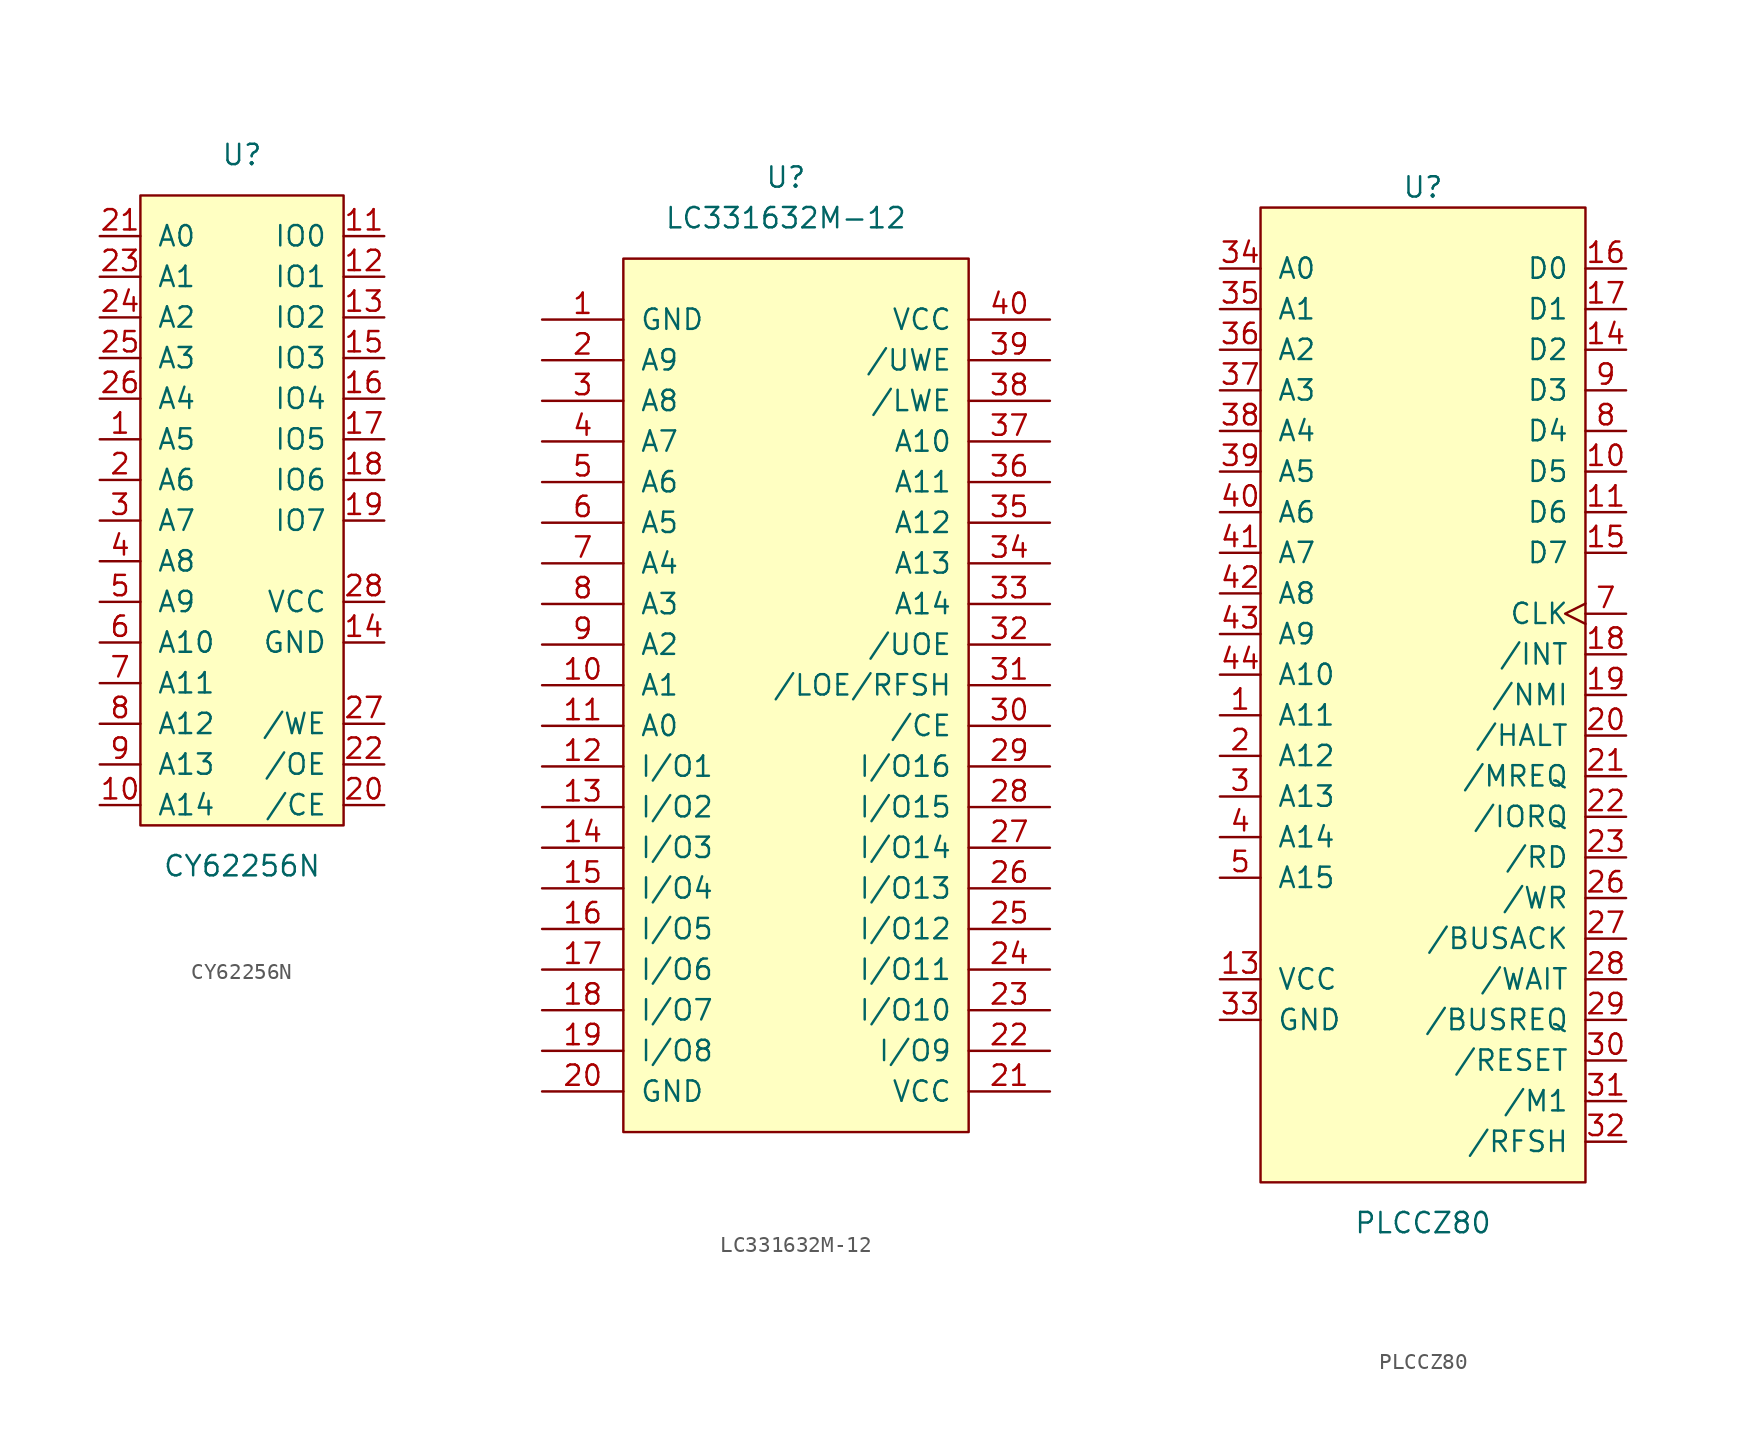
<source format=kicad_sym>
(kicad_symbol_lib
  (version 20211014)
  (generator kicad_symbol_editor)
  (symbol "CY62256N"
    (pin_names
      (offset 1.016))
    (property "Reference" "U"
      (at 0 3.81 0)
      (effects (font (size 1.27 1.27))))
    (property "Value" "CY62256N"
      (at 0 -40.64 0)
      (effects (font (size 1.27 1.27))))
    (symbol "CY62256N_0_1"
      (rectangle (start 6.35 -38.1) (end -6.35 1.27) (stroke (width 0) (type default) (color 0 0 0 0)) (fill (type background))))
    (symbol "CY62256N_1_1"
      (pin input line (at -8.89 -13.97 0) (length 2.54) (name "A5" (effects (font (size 1.27 1.27)))) (number "1" (effects (font (size 1.27 1.27)))))
      (pin input line (at -8.89 -36.83 0) (length 2.54) (name "A14" (effects (font (size 1.27 1.27)))) (number "10" (effects (font (size 1.27 1.27)))))
      (pin input line (at 8.89 -1.27 180) (length 2.54) (name "IO0" (effects (font (size 1.27 1.27)))) (number "11" (effects (font (size 1.27 1.27)))))
      (pin input line (at 8.89 -3.81 180) (length 2.54) (name "IO1" (effects (font (size 1.27 1.27)))) (number "12" (effects (font (size 1.27 1.27)))))
      (pin input line (at 8.89 -6.35 180) (length 2.54) (name "IO2" (effects (font (size 1.27 1.27)))) (number "13" (effects (font (size 1.27 1.27)))))
      (pin power_in line (at 8.89 -26.67 180) (length 2.54) (name "GND" (effects (font (size 1.27 1.27)))) (number "14" (effects (font (size 1.27 1.27)))))
      (pin input line (at 8.89 -8.89 180) (length 2.54) (name "IO3" (effects (font (size 1.27 1.27)))) (number "15" (effects (font (size 1.27 1.27)))))
      (pin input line (at 8.89 -11.43 180) (length 2.54) (name "IO4" (effects (font (size 1.27 1.27)))) (number "16" (effects (font (size 1.27 1.27)))))
      (pin input line (at 8.89 -13.97 180) (length 2.54) (name "IO5" (effects (font (size 1.27 1.27)))) (number "17" (effects (font (size 1.27 1.27)))))
      (pin input line (at 8.89 -16.51 180) (length 2.54) (name "IO6" (effects (font (size 1.27 1.27)))) (number "18" (effects (font (size 1.27 1.27)))))
      (pin input line (at 8.89 -19.05 180) (length 2.54) (name "IO7" (effects (font (size 1.27 1.27)))) (number "19" (effects (font (size 1.27 1.27)))))
      (pin input line (at -8.89 -16.51 0) (length 2.54) (name "A6" (effects (font (size 1.27 1.27)))) (number "2" (effects (font (size 1.27 1.27)))))
      (pin input line (at 8.89 -36.83 180) (length 2.54) (name "/CE" (effects (font (size 1.27 1.27)))) (number "20" (effects (font (size 1.27 1.27)))))
      (pin input line (at -8.89 -1.27 0) (length 2.54) (name "A0" (effects (font (size 1.27 1.27)))) (number "21" (effects (font (size 1.27 1.27)))))
      (pin input line (at 8.89 -34.29 180) (length 2.54) (name "/OE" (effects (font (size 1.27 1.27)))) (number "22" (effects (font (size 1.27 1.27)))))
      (pin input line (at -8.89 -3.81 0) (length 2.54) (name "A1" (effects (font (size 1.27 1.27)))) (number "23" (effects (font (size 1.27 1.27)))))
      (pin input line (at -8.89 -6.35 0) (length 2.54) (name "A2" (effects (font (size 1.27 1.27)))) (number "24" (effects (font (size 1.27 1.27)))))
      (pin input line (at -8.89 -8.89 0) (length 2.54) (name "A3" (effects (font (size 1.27 1.27)))) (number "25" (effects (font (size 1.27 1.27)))))
      (pin input line (at -8.89 -11.43 0) (length 2.54) (name "A4" (effects (font (size 1.27 1.27)))) (number "26" (effects (font (size 1.27 1.27)))))
      (pin input line (at 8.89 -31.75 180) (length 2.54) (name "/WE" (effects (font (size 1.27 1.27)))) (number "27" (effects (font (size 1.27 1.27)))))
      (pin power_in line (at 8.89 -24.13 180) (length 2.54) (name "VCC" (effects (font (size 1.27 1.27)))) (number "28" (effects (font (size 1.27 1.27)))))
      (pin input line (at -8.89 -19.05 0) (length 2.54) (name "A7" (effects (font (size 1.27 1.27)))) (number "3" (effects (font (size 1.27 1.27)))))
      (pin input line (at -8.89 -21.59 0) (length 2.54) (name "A8" (effects (font (size 1.27 1.27)))) (number "4" (effects (font (size 1.27 1.27)))))
      (pin input line (at -8.89 -24.13 0) (length 2.54) (name "A9" (effects (font (size 1.27 1.27)))) (number "5" (effects (font (size 1.27 1.27)))))
      (pin input line (at -8.89 -26.67 0) (length 2.54) (name "A10" (effects (font (size 1.27 1.27)))) (number "6" (effects (font (size 1.27 1.27)))))
      (pin input line (at -8.89 -29.21 0) (length 2.54) (name "A11" (effects (font (size 1.27 1.27)))) (number "7" (effects (font (size 1.27 1.27)))))
      (pin input line (at -8.89 -31.75 0) (length 2.54) (name "A12" (effects (font (size 1.27 1.27)))) (number "8" (effects (font (size 1.27 1.27)))))
      (pin input line (at -8.89 -34.29 0) (length 2.54) (name "A13" (effects (font (size 1.27 1.27)))) (number "9" (effects (font (size 1.27 1.27)))))))
  (symbol "LC331632M-12"
    (pin_names
      (offset 1.016))
    (property "Reference" "U"
      (at 0 33.02 0)
      (effects (font (size 1.27 1.27))))
    (property "Value" "LC331632M-12"
      (at 0 30.48 0)
      (effects (font (size 1.27 1.27))))
    (symbol "LC331632M-12_0_1"
      (rectangle (start -10.16 27.94) (end 11.43 -26.67) (stroke (width 0) (type default) (color 0 0 0 0)) (fill (type background))))
    (symbol "LC331632M-12_1_1"
      (pin power_in line (at -15.24 24.13 0) (length 5.08) (name "GND" (effects (font (size 1.27 1.27)))) (number "1" (effects (font (size 1.27 1.27)))))
      (pin input line (at -15.24 1.27 0) (length 5.08) (name "A1" (effects (font (size 1.27 1.27)))) (number "10" (effects (font (size 1.27 1.27)))))
      (pin input line (at -15.24 -1.27 0) (length 5.08) (name "A0" (effects (font (size 1.27 1.27)))) (number "11" (effects (font (size 1.27 1.27)))))
      (pin bidirectional line (at -15.24 -3.81 0) (length 5.08) (name "I/O1" (effects (font (size 1.27 1.27)))) (number "12" (effects (font (size 1.27 1.27)))))
      (pin bidirectional line (at -15.24 -6.35 0) (length 5.08) (name "I/O2" (effects (font (size 1.27 1.27)))) (number "13" (effects (font (size 1.27 1.27)))))
      (pin bidirectional line (at -15.24 -8.89 0) (length 5.08) (name "I/O3" (effects (font (size 1.27 1.27)))) (number "14" (effects (font (size 1.27 1.27)))))
      (pin bidirectional line (at -15.24 -11.43 0) (length 5.08) (name "I/O4" (effects (font (size 1.27 1.27)))) (number "15" (effects (font (size 1.27 1.27)))))
      (pin bidirectional line (at -15.24 -13.97 0) (length 5.08) (name "I/O5" (effects (font (size 1.27 1.27)))) (number "16" (effects (font (size 1.27 1.27)))))
      (pin bidirectional line (at -15.24 -16.51 0) (length 5.08) (name "I/O6" (effects (font (size 1.27 1.27)))) (number "17" (effects (font (size 1.27 1.27)))))
      (pin bidirectional line (at -15.24 -19.05 0) (length 5.08) (name "I/O7" (effects (font (size 1.27 1.27)))) (number "18" (effects (font (size 1.27 1.27)))))
      (pin bidirectional line (at -15.24 -21.59 0) (length 5.08) (name "I/O8" (effects (font (size 1.27 1.27)))) (number "19" (effects (font (size 1.27 1.27)))))
      (pin input line (at -15.24 21.59 0) (length 5.08) (name "A9" (effects (font (size 1.27 1.27)))) (number "2" (effects (font (size 1.27 1.27)))))
      (pin power_in line (at -15.24 -24.13 0) (length 5.08) (name "GND" (effects (font (size 1.27 1.27)))) (number "20" (effects (font (size 1.27 1.27)))))
      (pin power_in line (at 16.51 -24.13 180) (length 5.08) (name "VCC" (effects (font (size 1.27 1.27)))) (number "21" (effects (font (size 1.27 1.27)))))
      (pin bidirectional line (at 16.51 -21.59 180) (length 5.08) (name "I/O9" (effects (font (size 1.27 1.27)))) (number "22" (effects (font (size 1.27 1.27)))))
      (pin bidirectional line (at 16.51 -19.05 180) (length 5.08) (name "I/O10" (effects (font (size 1.27 1.27)))) (number "23" (effects (font (size 1.27 1.27)))))
      (pin bidirectional line (at 16.51 -16.51 180) (length 5.08) (name "I/O11" (effects (font (size 1.27 1.27)))) (number "24" (effects (font (size 1.27 1.27)))))
      (pin bidirectional line (at 16.51 -13.97 180) (length 5.08) (name "I/O12" (effects (font (size 1.27 1.27)))) (number "25" (effects (font (size 1.27 1.27)))))
      (pin bidirectional line (at 16.51 -11.43 180) (length 5.08) (name "I/O13" (effects (font (size 1.27 1.27)))) (number "26" (effects (font (size 1.27 1.27)))))
      (pin bidirectional line (at 16.51 -8.89 180) (length 5.08) (name "I/O14" (effects (font (size 1.27 1.27)))) (number "27" (effects (font (size 1.27 1.27)))))
      (pin bidirectional line (at 16.51 -6.35 180) (length 5.08) (name "I/O15" (effects (font (size 1.27 1.27)))) (number "28" (effects (font (size 1.27 1.27)))))
      (pin bidirectional line (at 16.51 -3.81 180) (length 5.08) (name "I/O16" (effects (font (size 1.27 1.27)))) (number "29" (effects (font (size 1.27 1.27)))))
      (pin input line (at -15.24 19.05 0) (length 5.08) (name "A8" (effects (font (size 1.27 1.27)))) (number "3" (effects (font (size 1.27 1.27)))))
      (pin input line (at 16.51 -1.27 180) (length 5.08) (name "/CE" (effects (font (size 1.27 1.27)))) (number "30" (effects (font (size 1.27 1.27)))))
      (pin input line (at 16.51 1.27 180) (length 5.08) (name "/LOE/RFSH" (effects (font (size 1.27 1.27)))) (number "31" (effects (font (size 1.27 1.27)))))
      (pin input line (at 16.51 3.81 180) (length 5.08) (name "/UOE" (effects (font (size 1.27 1.27)))) (number "32" (effects (font (size 1.27 1.27)))))
      (pin input line (at 16.51 6.35 180) (length 5.08) (name "A14" (effects (font (size 1.27 1.27)))) (number "33" (effects (font (size 1.27 1.27)))))
      (pin input line (at 16.51 8.89 180) (length 5.08) (name "A13" (effects (font (size 1.27 1.27)))) (number "34" (effects (font (size 1.27 1.27)))))
      (pin input line (at 16.51 11.43 180) (length 5.08) (name "A12" (effects (font (size 1.27 1.27)))) (number "35" (effects (font (size 1.27 1.27)))))
      (pin input line (at 16.51 13.97 180) (length 5.08) (name "A11" (effects (font (size 1.27 1.27)))) (number "36" (effects (font (size 1.27 1.27)))))
      (pin input line (at 16.51 16.51 180) (length 5.08) (name "A10" (effects (font (size 1.27 1.27)))) (number "37" (effects (font (size 1.27 1.27)))))
      (pin input line (at 16.51 19.05 180) (length 5.08) (name "/LWE" (effects (font (size 1.27 1.27)))) (number "38" (effects (font (size 1.27 1.27)))))
      (pin input line (at 16.51 21.59 180) (length 5.08) (name "/UWE" (effects (font (size 1.27 1.27)))) (number "39" (effects (font (size 1.27 1.27)))))
      (pin input line (at -15.24 16.51 0) (length 5.08) (name "A7" (effects (font (size 1.27 1.27)))) (number "4" (effects (font (size 1.27 1.27)))))
      (pin power_in line (at 16.51 24.13 180) (length 5.08) (name "VCC" (effects (font (size 1.27 1.27)))) (number "40" (effects (font (size 1.27 1.27)))))
      (pin input line (at -15.24 13.97 0) (length 5.08) (name "A6" (effects (font (size 1.27 1.27)))) (number "5" (effects (font (size 1.27 1.27)))))
      (pin input line (at -15.24 11.43 0) (length 5.08) (name "A5" (effects (font (size 1.27 1.27)))) (number "6" (effects (font (size 1.27 1.27)))))
      (pin input line (at -15.24 8.89 0) (length 5.08) (name "A4" (effects (font (size 1.27 1.27)))) (number "7" (effects (font (size 1.27 1.27)))))
      (pin input line (at -15.24 6.35 0) (length 5.08) (name "A3" (effects (font (size 1.27 1.27)))) (number "8" (effects (font (size 1.27 1.27)))))
      (pin input line (at -15.24 3.81 0) (length 5.08) (name "A2" (effects (font (size 1.27 1.27)))) (number "9" (effects (font (size 1.27 1.27)))))))
  (symbol "PLCCZ80"
    (pin_names
      (offset 1.016))
    (property "Reference" "U"
      (at 0 0 0)
      (effects (font (size 1.27 1.27))))
    (property "Value" "PLCCZ80"
      (at 0 -64.77 0)
      (effects (font (size 1.27 1.27))))
    (symbol "PLCCZ80_0_1"
      (rectangle (start -10.16 -1.27) (end 10.16 -62.23) (stroke (width 0) (type default) (color 0 0 0 0)) (fill (type background))))
    (symbol "PLCCZ80_1_1"
      (pin output line (at -12.7 -33.02 0) (length 2.54) (name "A11" (effects (font (size 1.27 1.27)))) (number "1" (effects (font (size 1.27 1.27)))))
      (pin bidirectional line (at 12.7 -17.78 180) (length 2.54) (name "D5" (effects (font (size 1.27 1.27)))) (number "10" (effects (font (size 1.27 1.27)))))
      (pin bidirectional line (at 12.7 -20.32 180) (length 2.54) (name "D6" (effects (font (size 1.27 1.27)))) (number "11" (effects (font (size 1.27 1.27)))))
      (pin power_in line (at -12.7 -49.53 0) (length 2.54) (name "VCC" (effects (font (size 1.27 1.27)))) (number "13" (effects (font (size 1.27 1.27)))))
      (pin bidirectional line (at 12.7 -10.16 180) (length 2.54) (name "D2" (effects (font (size 1.27 1.27)))) (number "14" (effects (font (size 1.27 1.27)))))
      (pin bidirectional line (at 12.7 -22.86 180) (length 2.54) (name "D7" (effects (font (size 1.27 1.27)))) (number "15" (effects (font (size 1.27 1.27)))))
      (pin bidirectional line (at 12.7 -5.08 180) (length 2.54) (name "D0" (effects (font (size 1.27 1.27)))) (number "16" (effects (font (size 1.27 1.27)))))
      (pin bidirectional line (at 12.7 -7.62 180) (length 2.54) (name "D1" (effects (font (size 1.27 1.27)))) (number "17" (effects (font (size 1.27 1.27)))))
      (pin input line (at 12.7 -29.21 180) (length 2.54) (name "/INT" (effects (font (size 1.27 1.27)))) (number "18" (effects (font (size 1.27 1.27)))))
      (pin input line (at 12.7 -31.75 180) (length 2.54) (name "/NMI" (effects (font (size 1.27 1.27)))) (number "19" (effects (font (size 1.27 1.27)))))
      (pin output line (at -12.7 -35.56 0) (length 2.54) (name "A12" (effects (font (size 1.27 1.27)))) (number "2" (effects (font (size 1.27 1.27)))))
      (pin output line (at 12.7 -34.29 180) (length 2.54) (name "/HALT" (effects (font (size 1.27 1.27)))) (number "20" (effects (font (size 1.27 1.27)))))
      (pin output line (at 12.7 -36.83 180) (length 2.54) (name "/MREQ" (effects (font (size 1.27 1.27)))) (number "21" (effects (font (size 1.27 1.27)))))
      (pin output line (at 12.7 -39.37 180) (length 2.54) (name "/IORQ" (effects (font (size 1.27 1.27)))) (number "22" (effects (font (size 1.27 1.27)))))
      (pin output line (at 12.7 -41.91 180) (length 2.54) (name "/RD" (effects (font (size 1.27 1.27)))) (number "23" (effects (font (size 1.27 1.27)))))
      (pin output line (at 12.7 -44.45 180) (length 2.54) (name "/WR" (effects (font (size 1.27 1.27)))) (number "26" (effects (font (size 1.27 1.27)))))
      (pin output line (at 12.7 -46.99 180) (length 2.54) (name "/BUSACK" (effects (font (size 1.27 1.27)))) (number "27" (effects (font (size 1.27 1.27)))))
      (pin input line (at 12.7 -49.53 180) (length 2.54) (name "/WAIT" (effects (font (size 1.27 1.27)))) (number "28" (effects (font (size 1.27 1.27)))))
      (pin input line (at 12.7 -52.07 180) (length 2.54) (name "/BUSREQ" (effects (font (size 1.27 1.27)))) (number "29" (effects (font (size 1.27 1.27)))))
      (pin output line (at -12.7 -38.1 0) (length 2.54) (name "A13" (effects (font (size 1.27 1.27)))) (number "3" (effects (font (size 1.27 1.27)))))
      (pin input line (at 12.7 -54.61 180) (length 2.54) (name "/RESET" (effects (font (size 1.27 1.27)))) (number "30" (effects (font (size 1.27 1.27)))))
      (pin output line (at 12.7 -57.15 180) (length 2.54) (name "/M1" (effects (font (size 1.27 1.27)))) (number "31" (effects (font (size 1.27 1.27)))))
      (pin output line (at 12.7 -59.69 180) (length 2.54) (name "/RFSH" (effects (font (size 1.27 1.27)))) (number "32" (effects (font (size 1.27 1.27)))))
      (pin power_in line (at -12.7 -52.07 0) (length 2.54) (name "GND" (effects (font (size 1.27 1.27)))) (number "33" (effects (font (size 1.27 1.27)))))
      (pin output line (at -12.7 -5.08 0) (length 2.54) (name "A0" (effects (font (size 1.27 1.27)))) (number "34" (effects (font (size 1.27 1.27)))))
      (pin output line (at -12.7 -7.62 0) (length 2.54) (name "A1" (effects (font (size 1.27 1.27)))) (number "35" (effects (font (size 1.27 1.27)))))
      (pin output line (at -12.7 -10.16 0) (length 2.54) (name "A2" (effects (font (size 1.27 1.27)))) (number "36" (effects (font (size 1.27 1.27)))))
      (pin output line (at -12.7 -12.7 0) (length 2.54) (name "A3" (effects (font (size 1.27 1.27)))) (number "37" (effects (font (size 1.27 1.27)))))
      (pin output line (at -12.7 -15.24 0) (length 2.54) (name "A4" (effects (font (size 1.27 1.27)))) (number "38" (effects (font (size 1.27 1.27)))))
      (pin output line (at -12.7 -17.78 0) (length 2.54) (name "A5" (effects (font (size 1.27 1.27)))) (number "39" (effects (font (size 1.27 1.27)))))
      (pin output line (at -12.7 -40.64 0) (length 2.54) (name "A14" (effects (font (size 1.27 1.27)))) (number "4" (effects (font (size 1.27 1.27)))))
      (pin output line (at -12.7 -20.32 0) (length 2.54) (name "A6" (effects (font (size 1.27 1.27)))) (number "40" (effects (font (size 1.27 1.27)))))
      (pin output line (at -12.7 -22.86 0) (length 2.54) (name "A7" (effects (font (size 1.27 1.27)))) (number "41" (effects (font (size 1.27 1.27)))))
      (pin output line (at -12.7 -25.4 0) (length 2.54) (name "A8" (effects (font (size 1.27 1.27)))) (number "42" (effects (font (size 1.27 1.27)))))
      (pin output line (at -12.7 -27.94 0) (length 2.54) (name "A9" (effects (font (size 1.27 1.27)))) (number "43" (effects (font (size 1.27 1.27)))))
      (pin output line (at -12.7 -30.48 0) (length 2.54) (name "A10" (effects (font (size 1.27 1.27)))) (number "44" (effects (font (size 1.27 1.27)))))
      (pin output line (at -12.7 -43.18 0) (length 2.54) (name "A15" (effects (font (size 1.27 1.27)))) (number "5" (effects (font (size 1.27 1.27)))))
      (pin input clock (at 12.7 -26.67 180) (length 2.54) (name "CLK" (effects (font (size 1.27 1.27)))) (number "7" (effects (font (size 1.27 1.27)))))
      (pin bidirectional line (at 12.7 -15.24 180) (length 2.54) (name "D4" (effects (font (size 1.27 1.27)))) (number "8" (effects (font (size 1.27 1.27)))))
      (pin bidirectional line (at 12.7 -12.7 180) (length 2.54) (name "D3" (effects (font (size 1.27 1.27)))) (number "9" (effects (font (size 1.27 1.27))))))))
</source>
